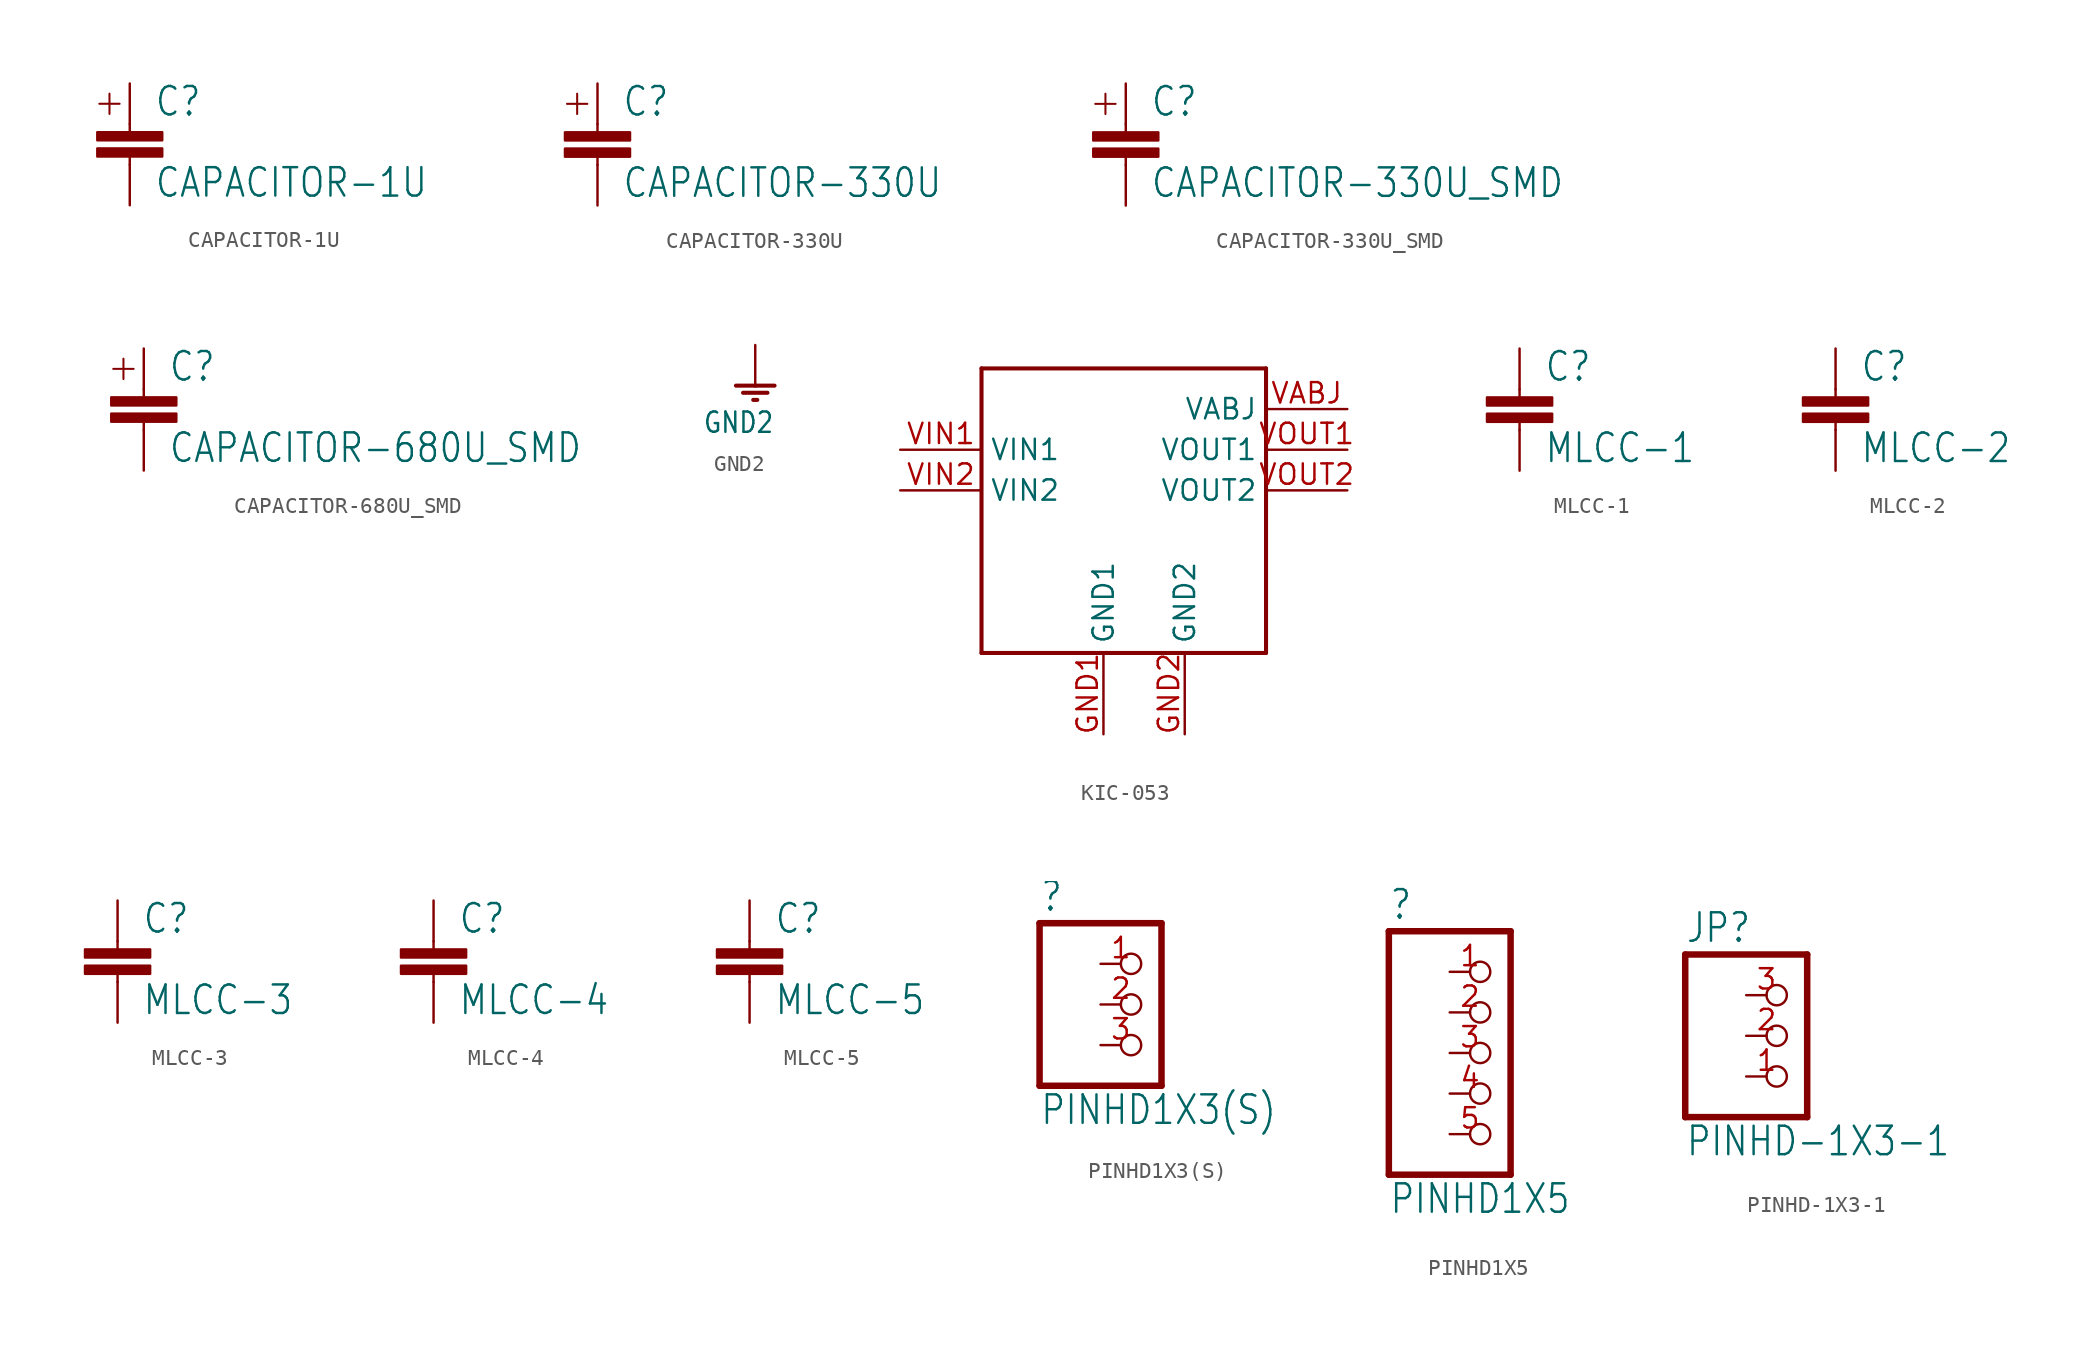
<source format=kicad_sym>
(kicad_symbol_lib
  (version 20211014)
  (generator kicad_symbol_editor)
  (symbol "CAPACITOR-1U"
    (property "Reference" "C"
      (at 1.524 2.921 0)
      (effects (font (size 1.778 1.511)) (justify left bottom)))
    (property "Value" "CAPACITOR-1U"
      (at 1.524 -2.159 0)
      (effects (font (size 1.778 1.511)) (justify left bottom)))
    (property "ki_locked" ""
      (at 0 0 0)
      (effects (font (size 1.27 1.27))))
    (symbol "CAPACITOR-1U_1_0"
      (rectangle (start -2.032 0.508) (end 2.032 1.016) (stroke (width 0) (type default) (color 0 0 0 0)) (fill (type outline)))
      (rectangle (start -2.032 1.524) (end 2.032 2.032) (stroke (width 0) (type default) (color 0 0 0 0)) (fill (type outline)))
      (polyline (pts (xy -1.905 3.81) (xy -0.635 3.81)) (stroke (width 0.127) (type default) (color 0 0 0 0)) (fill (type none)))
      (polyline (pts (xy -1.27 4.445) (xy -1.27 3.175)) (stroke (width 0.127) (type default) (color 0 0 0 0)) (fill (type none)))
      (polyline (pts (xy 0 0) (xy 0 0.508)) (stroke (width 0.152) (type default) (color 0 0 0 0)) (fill (type none)))
      (polyline (pts (xy 0 2.54) (xy 0 2.032)) (stroke (width 0.152) (type default) (color 0 0 0 0)) (fill (type none)))
      (pin passive line (at 0 5.08 270) (length 2.54) (name "1" (effects (font (size 0 0)))) (number "P$1" (effects (font (size 0 0)))))
      (pin passive line (at 0 -2.54 90) (length 2.54) (name "2" (effects (font (size 0 0)))) (number "P$2" (effects (font (size 0 0)))))))
  (symbol "CAPACITOR-330U"
    (property "Reference" "C"
      (at 1.524 2.921 0)
      (effects (font (size 1.778 1.511)) (justify left bottom)))
    (property "Value" "CAPACITOR-330U"
      (at 1.524 -2.159 0)
      (effects (font (size 1.778 1.511)) (justify left bottom)))
    (property "ki_locked" ""
      (at 0 0 0)
      (effects (font (size 1.27 1.27))))
    (symbol "CAPACITOR-330U_1_0"
      (rectangle (start -2.032 0.508) (end 2.032 1.016) (stroke (width 0) (type default) (color 0 0 0 0)) (fill (type outline)))
      (rectangle (start -2.032 1.524) (end 2.032 2.032) (stroke (width 0) (type default) (color 0 0 0 0)) (fill (type outline)))
      (polyline (pts (xy -1.905 3.81) (xy -0.635 3.81)) (stroke (width 0.127) (type default) (color 0 0 0 0)) (fill (type none)))
      (polyline (pts (xy -1.27 4.445) (xy -1.27 3.175)) (stroke (width 0.127) (type default) (color 0 0 0 0)) (fill (type none)))
      (polyline (pts (xy 0 0) (xy 0 0.508)) (stroke (width 0.152) (type default) (color 0 0 0 0)) (fill (type none)))
      (polyline (pts (xy 0 2.54) (xy 0 2.032)) (stroke (width 0.152) (type default) (color 0 0 0 0)) (fill (type none)))
      (pin passive line (at 0 5.08 270) (length 2.54) (name "1" (effects (font (size 0 0)))) (number "P$1" (effects (font (size 0 0)))))
      (pin passive line (at 0 -2.54 90) (length 2.54) (name "2" (effects (font (size 0 0)))) (number "P$2" (effects (font (size 0 0)))))))
  (symbol "CAPACITOR-330U_SMD"
    (property "Reference" "C"
      (at 1.524 2.921 0)
      (effects (font (size 1.778 1.511)) (justify left bottom)))
    (property "Value" "CAPACITOR-330U_SMD"
      (at 1.524 -2.159 0)
      (effects (font (size 1.778 1.511)) (justify left bottom)))
    (property "ki_locked" ""
      (at 0 0 0)
      (effects (font (size 1.27 1.27))))
    (symbol "CAPACITOR-330U_SMD_1_0"
      (rectangle (start -2.032 0.508) (end 2.032 1.016) (stroke (width 0) (type default) (color 0 0 0 0)) (fill (type outline)))
      (rectangle (start -2.032 1.524) (end 2.032 2.032) (stroke (width 0) (type default) (color 0 0 0 0)) (fill (type outline)))
      (polyline (pts (xy -1.905 3.81) (xy -0.635 3.81)) (stroke (width 0.127) (type default) (color 0 0 0 0)) (fill (type none)))
      (polyline (pts (xy -1.27 4.445) (xy -1.27 3.175)) (stroke (width 0.127) (type default) (color 0 0 0 0)) (fill (type none)))
      (polyline (pts (xy 0 0) (xy 0 0.508)) (stroke (width 0.152) (type default) (color 0 0 0 0)) (fill (type none)))
      (polyline (pts (xy 0 2.54) (xy 0 2.032)) (stroke (width 0.152) (type default) (color 0 0 0 0)) (fill (type none)))
      (pin passive line (at 0 -2.54 90) (length 2.54) (name "2" (effects (font (size 0 0)))) (number "MINUS" (effects (font (size 0 0)))))
      (pin passive line (at 0 5.08 270) (length 2.54) (name "1" (effects (font (size 0 0)))) (number "PLUS" (effects (font (size 0 0)))))))
  (symbol "CAPACITOR-680U_SMD"
    (property "Reference" "C"
      (at 1.524 2.921 0)
      (effects (font (size 1.778 1.511)) (justify left bottom)))
    (property "Value" "CAPACITOR-680U_SMD"
      (at 1.524 -2.159 0)
      (effects (font (size 1.778 1.511)) (justify left bottom)))
    (property "ki_locked" ""
      (at 0 0 0)
      (effects (font (size 1.27 1.27))))
    (symbol "CAPACITOR-680U_SMD_1_0"
      (rectangle (start -2.032 0.508) (end 2.032 1.016) (stroke (width 0) (type default) (color 0 0 0 0)) (fill (type outline)))
      (rectangle (start -2.032 1.524) (end 2.032 2.032) (stroke (width 0) (type default) (color 0 0 0 0)) (fill (type outline)))
      (polyline (pts (xy -1.905 3.81) (xy -0.635 3.81)) (stroke (width 0.127) (type default) (color 0 0 0 0)) (fill (type none)))
      (polyline (pts (xy -1.27 4.445) (xy -1.27 3.175)) (stroke (width 0.127) (type default) (color 0 0 0 0)) (fill (type none)))
      (polyline (pts (xy 0 0) (xy 0 0.508)) (stroke (width 0.152) (type default) (color 0 0 0 0)) (fill (type none)))
      (polyline (pts (xy 0 2.54) (xy 0 2.032)) (stroke (width 0.152) (type default) (color 0 0 0 0)) (fill (type none)))
      (pin passive line (at 0 -2.54 90) (length 2.54) (name "2" (effects (font (size 0 0)))) (number "MINUS" (effects (font (size 0 0)))))
      (pin passive line (at 0 5.08 270) (length 2.54) (name "1" (effects (font (size 0 0)))) (number "PLUS" (effects (font (size 0 0)))))))
  (symbol "GND2"
    (power)
    (property "Reference" ""
      (at 0 0 0)
      (effects (font (size 1.27 1.27)) hide))
    (property "Value" "GND2"
      (at -3.302 -3.048 0)
      (effects (font (size 1.27 1.079)) (justify left bottom)))
    (property "ki_locked" ""
      (at 0 0 0)
      (effects (font (size 1.27 1.27))))
    (symbol "GND2_1_0"
      (polyline (pts (xy -1.206 0) (xy 0 0)) (stroke (width 0.254) (type default) (color 0 0 0 0)) (fill (type none)))
      (polyline (pts (xy -0.762 -0.445) (xy 0.762 -0.445)) (stroke (width 0.254) (type default) (color 0 0 0 0)) (fill (type none)))
      (polyline (pts (xy -0.127 -0.889) (xy 0.127 -0.889)) (stroke (width 0.254) (type default) (color 0 0 0 0)) (fill (type none)))
      (polyline (pts (xy 0 0) (xy 1.206 0)) (stroke (width 0.254) (type default) (color 0 0 0 0)) (fill (type none)))
      (pin power_in line (at 0 2.54 270) (length 2.54) (name "GND12" (effects (font (size 0 0)))) (number "1" (effects (font (size 0 0)))))))
  (symbol "KIC-053"
    (property "Reference" "KIC-053"
      (at 0 0 0)
      (effects (font (size 1.27 1.27)) hide))
    (property "ki_locked" ""
      (at 0 0 0)
      (effects (font (size 1.27 1.27))))
    (symbol "KIC-053_1_0"
      (polyline (pts (xy -10.16 -10.16) (xy -10.16 7.62)) (stroke (width 0.254) (type default) (color 0 0 0 0)) (fill (type none)))
      (polyline (pts (xy -10.16 7.62) (xy 7.62 7.62)) (stroke (width 0.254) (type default) (color 0 0 0 0)) (fill (type none)))
      (polyline (pts (xy 7.62 -10.16) (xy -10.16 -10.16)) (stroke (width 0.254) (type default) (color 0 0 0 0)) (fill (type none)))
      (polyline (pts (xy 7.62 7.62) (xy 7.62 -10.16)) (stroke (width 0.254) (type default) (color 0 0 0 0)) (fill (type none)))
      (pin bidirectional line (at -2.54 -15.24 90) (length 5.08) (name "GND1" (effects (font (size 1.27 1.27)))) (number "GND1" (effects (font (size 1.27 1.27)))))
      (pin bidirectional line (at 2.54 -15.24 90) (length 5.08) (name "GND2" (effects (font (size 1.27 1.27)))) (number "GND2" (effects (font (size 1.27 1.27)))))
      (pin bidirectional line (at 12.7 5.08 180) (length 5.08) (name "VABJ" (effects (font (size 1.27 1.27)))) (number "VABJ" (effects (font (size 1.27 1.27)))))
      (pin bidirectional line (at -15.24 2.54 0) (length 5.08) (name "VIN1" (effects (font (size 1.27 1.27)))) (number "VIN1" (effects (font (size 1.27 1.27)))))
      (pin bidirectional line (at -15.24 0 0) (length 5.08) (name "VIN2" (effects (font (size 1.27 1.27)))) (number "VIN2" (effects (font (size 1.27 1.27)))))
      (pin bidirectional line (at 12.7 2.54 180) (length 5.08) (name "VOUT1" (effects (font (size 1.27 1.27)))) (number "VOUT1" (effects (font (size 1.27 1.27)))))
      (pin bidirectional line (at 12.7 0 180) (length 5.08) (name "VOUT2" (effects (font (size 1.27 1.27)))) (number "VOUT2" (effects (font (size 1.27 1.27)))))))
  (symbol "MLCC-1"
    (property "Reference" "C"
      (at 1.524 0.381 0)
      (effects (font (size 1.778 1.511)) (justify left bottom)))
    (property "Value" "MLCC-1"
      (at 1.524 -4.699 0)
      (effects (font (size 1.778 1.511)) (justify left bottom)))
    (property "ki_locked" ""
      (at 0 0 0)
      (effects (font (size 1.27 1.27))))
    (symbol "MLCC-1_1_0"
      (rectangle (start -2.032 -2.032) (end 2.032 -1.524) (stroke (width 0) (type default) (color 0 0 0 0)) (fill (type outline)))
      (rectangle (start -2.032 -1.016) (end 2.032 -0.508) (stroke (width 0) (type default) (color 0 0 0 0)) (fill (type outline)))
      (polyline (pts (xy 0 -2.54) (xy 0 -2.032)) (stroke (width 0.152) (type default) (color 0 0 0 0)) (fill (type none)))
      (polyline (pts (xy 0 0) (xy 0 -0.508)) (stroke (width 0.152) (type default) (color 0 0 0 0)) (fill (type none)))
      (pin passive line (at 0 2.54 270) (length 2.54) (name "1" (effects (font (size 0 0)))) (number "P$1" (effects (font (size 0 0)))))
      (pin passive line (at 0 -5.08 90) (length 2.54) (name "2" (effects (font (size 0 0)))) (number "P$2" (effects (font (size 0 0)))))))
  (symbol "MLCC-2"
    (property "Reference" "C"
      (at 1.524 0.381 0)
      (effects (font (size 1.778 1.511)) (justify left bottom)))
    (property "Value" "MLCC-2"
      (at 1.524 -4.699 0)
      (effects (font (size 1.778 1.511)) (justify left bottom)))
    (property "ki_locked" ""
      (at 0 0 0)
      (effects (font (size 1.27 1.27))))
    (symbol "MLCC-2_1_0"
      (rectangle (start -2.032 -2.032) (end 2.032 -1.524) (stroke (width 0) (type default) (color 0 0 0 0)) (fill (type outline)))
      (rectangle (start -2.032 -1.016) (end 2.032 -0.508) (stroke (width 0) (type default) (color 0 0 0 0)) (fill (type outline)))
      (polyline (pts (xy 0 -2.54) (xy 0 -2.032)) (stroke (width 0.152) (type default) (color 0 0 0 0)) (fill (type none)))
      (polyline (pts (xy 0 0) (xy 0 -0.508)) (stroke (width 0.152) (type default) (color 0 0 0 0)) (fill (type none)))
      (pin passive line (at 0 2.54 270) (length 2.54) (name "1" (effects (font (size 0 0)))) (number "P$1" (effects (font (size 0 0)))))
      (pin passive line (at 0 -5.08 90) (length 2.54) (name "2" (effects (font (size 0 0)))) (number "P$2" (effects (font (size 0 0)))))))
  (symbol "MLCC-3"
    (property "Reference" "C"
      (at 1.524 0.381 0)
      (effects (font (size 1.778 1.511)) (justify left bottom)))
    (property "Value" "MLCC-3"
      (at 1.524 -4.699 0)
      (effects (font (size 1.778 1.511)) (justify left bottom)))
    (property "ki_locked" ""
      (at 0 0 0)
      (effects (font (size 1.27 1.27))))
    (symbol "MLCC-3_1_0"
      (rectangle (start -2.032 -2.032) (end 2.032 -1.524) (stroke (width 0) (type default) (color 0 0 0 0)) (fill (type outline)))
      (rectangle (start -2.032 -1.016) (end 2.032 -0.508) (stroke (width 0) (type default) (color 0 0 0 0)) (fill (type outline)))
      (polyline (pts (xy 0 -2.54) (xy 0 -2.032)) (stroke (width 0.152) (type default) (color 0 0 0 0)) (fill (type none)))
      (polyline (pts (xy 0 0) (xy 0 -0.508)) (stroke (width 0.152) (type default) (color 0 0 0 0)) (fill (type none)))
      (pin passive line (at 0 2.54 270) (length 2.54) (name "1" (effects (font (size 0 0)))) (number "1" (effects (font (size 0 0)))))
      (pin passive line (at 0 -5.08 90) (length 2.54) (name "2" (effects (font (size 0 0)))) (number "2" (effects (font (size 0 0)))))))
  (symbol "MLCC-4"
    (property "Reference" "C"
      (at 1.524 0.381 0)
      (effects (font (size 1.778 1.511)) (justify left bottom)))
    (property "Value" "MLCC-4"
      (at 1.524 -4.699 0)
      (effects (font (size 1.778 1.511)) (justify left bottom)))
    (property "ki_locked" ""
      (at 0 0 0)
      (effects (font (size 1.27 1.27))))
    (symbol "MLCC-4_1_0"
      (rectangle (start -2.032 -2.032) (end 2.032 -1.524) (stroke (width 0) (type default) (color 0 0 0 0)) (fill (type outline)))
      (rectangle (start -2.032 -1.016) (end 2.032 -0.508) (stroke (width 0) (type default) (color 0 0 0 0)) (fill (type outline)))
      (polyline (pts (xy 0 -2.54) (xy 0 -2.032)) (stroke (width 0.152) (type default) (color 0 0 0 0)) (fill (type none)))
      (polyline (pts (xy 0 0) (xy 0 -0.508)) (stroke (width 0.152) (type default) (color 0 0 0 0)) (fill (type none)))
      (pin passive line (at 0 2.54 270) (length 2.54) (name "1" (effects (font (size 0 0)))) (number "1" (effects (font (size 0 0)))))
      (pin passive line (at 0 -5.08 90) (length 2.54) (name "2" (effects (font (size 0 0)))) (number "2" (effects (font (size 0 0)))))))
  (symbol "MLCC-5"
    (property "Reference" "C"
      (at 1.524 0.381 0)
      (effects (font (size 1.778 1.511)) (justify left bottom)))
    (property "Value" "MLCC-5"
      (at 1.524 -4.699 0)
      (effects (font (size 1.778 1.511)) (justify left bottom)))
    (property "ki_locked" ""
      (at 0 0 0)
      (effects (font (size 1.27 1.27))))
    (symbol "MLCC-5_1_0"
      (rectangle (start -2.032 -2.032) (end 2.032 -1.524) (stroke (width 0) (type default) (color 0 0 0 0)) (fill (type outline)))
      (rectangle (start -2.032 -1.016) (end 2.032 -0.508) (stroke (width 0) (type default) (color 0 0 0 0)) (fill (type outline)))
      (polyline (pts (xy 0 -2.54) (xy 0 -2.032)) (stroke (width 0.152) (type default) (color 0 0 0 0)) (fill (type none)))
      (polyline (pts (xy 0 0) (xy 0 -0.508)) (stroke (width 0.152) (type default) (color 0 0 0 0)) (fill (type none)))
      (pin passive line (at 0 2.54 270) (length 2.54) (name "1" (effects (font (size 0 0)))) (number "1" (effects (font (size 0 0)))))
      (pin passive line (at 0 -5.08 90) (length 2.54) (name "2" (effects (font (size 0 0)))) (number "2" (effects (font (size 0 0)))))))
  (symbol "PINHD1X3(S)"
    (property "Reference" ""
      (at -6.35 5.715 0)
      (effects (font (size 1.778 1.511)) (justify left bottom)))
    (property "Value" "PINHD1X3(S)"
      (at -6.35 -7.62 0)
      (effects (font (size 1.778 1.511)) (justify left bottom)))
    (property "ki_locked" ""
      (at 0 0 0)
      (effects (font (size 1.27 1.27))))
    (symbol "PINHD1X3(S)_1_0"
      (polyline (pts (xy -6.35 -5.08) (xy 1.27 -5.08)) (stroke (width 0.406) (type default) (color 0 0 0 0)) (fill (type none)))
      (polyline (pts (xy -6.35 5.08) (xy -6.35 -5.08)) (stroke (width 0.406) (type default) (color 0 0 0 0)) (fill (type none)))
      (polyline (pts (xy 1.27 -5.08) (xy 1.27 5.08)) (stroke (width 0.406) (type default) (color 0 0 0 0)) (fill (type none)))
      (polyline (pts (xy 1.27 5.08) (xy -6.35 5.08)) (stroke (width 0.406) (type default) (color 0 0 0 0)) (fill (type none)))
      (pin passive inverted (at -2.54 2.54 0) (length 2.54) (name "1" (effects (font (size 0 0)))) (number "1" (effects (font (size 1.27 1.27)))))
      (pin passive inverted (at -2.54 0 0) (length 2.54) (name "2" (effects (font (size 0 0)))) (number "2" (effects (font (size 1.27 1.27)))))
      (pin passive inverted (at -2.54 -2.54 0) (length 2.54) (name "3" (effects (font (size 0 0)))) (number "3" (effects (font (size 1.27 1.27)))))))
  (symbol "PINHD1X5"
    (property "Reference" ""
      (at -6.35 8.255 0)
      (effects (font (size 1.778 1.511)) (justify left bottom)))
    (property "Value" "PINHD1X5"
      (at -6.35 -10.16 0)
      (effects (font (size 1.778 1.511)) (justify left bottom)))
    (property "ki_locked" ""
      (at 0 0 0)
      (effects (font (size 1.27 1.27))))
    (symbol "PINHD1X5_1_0"
      (polyline (pts (xy -6.35 -7.62) (xy 1.27 -7.62)) (stroke (width 0.406) (type default) (color 0 0 0 0)) (fill (type none)))
      (polyline (pts (xy -6.35 7.62) (xy -6.35 -7.62)) (stroke (width 0.406) (type default) (color 0 0 0 0)) (fill (type none)))
      (polyline (pts (xy 1.27 -7.62) (xy 1.27 7.62)) (stroke (width 0.406) (type default) (color 0 0 0 0)) (fill (type none)))
      (polyline (pts (xy 1.27 7.62) (xy -6.35 7.62)) (stroke (width 0.406) (type default) (color 0 0 0 0)) (fill (type none)))
      (pin passive inverted (at -2.54 5.08 0) (length 2.54) (name "1" (effects (font (size 0 0)))) (number "1" (effects (font (size 1.27 1.27)))))
      (pin passive inverted (at -2.54 2.54 0) (length 2.54) (name "2" (effects (font (size 0 0)))) (number "2" (effects (font (size 1.27 1.27)))))
      (pin passive inverted (at -2.54 0 0) (length 2.54) (name "3" (effects (font (size 0 0)))) (number "3" (effects (font (size 1.27 1.27)))))
      (pin passive inverted (at -2.54 -2.54 0) (length 2.54) (name "4" (effects (font (size 0 0)))) (number "4" (effects (font (size 1.27 1.27)))))
      (pin passive inverted (at -2.54 -5.08 0) (length 2.54) (name "5" (effects (font (size 0 0)))) (number "5" (effects (font (size 1.27 1.27)))))))
  (symbol "PINHD-1X3-1"
    (property "Reference" "JP"
      (at -6.35 5.715 0)
      (effects (font (size 1.778 1.511)) (justify left bottom)))
    (property "Value" "PINHD-1X3-1"
      (at -6.35 -7.62 0)
      (effects (font (size 1.778 1.511)) (justify left bottom)))
    (property "ki_locked" ""
      (at 0 0 0)
      (effects (font (size 1.27 1.27))))
    (symbol "PINHD-1X3-1_1_0"
      (polyline (pts (xy -6.35 -5.08) (xy 1.27 -5.08)) (stroke (width 0.406) (type default) (color 0 0 0 0)) (fill (type none)))
      (polyline (pts (xy -6.35 5.08) (xy -6.35 -5.08)) (stroke (width 0.406) (type default) (color 0 0 0 0)) (fill (type none)))
      (polyline (pts (xy 1.27 -5.08) (xy 1.27 5.08)) (stroke (width 0.406) (type default) (color 0 0 0 0)) (fill (type none)))
      (polyline (pts (xy 1.27 5.08) (xy -6.35 5.08)) (stroke (width 0.406) (type default) (color 0 0 0 0)) (fill (type none)))
      (pin passive inverted (at -2.54 -2.54 0) (length 2.54) (name "3" (effects (font (size 0 0)))) (number "1" (effects (font (size 1.27 1.27)))))
      (pin passive inverted (at -2.54 0 0) (length 2.54) (name "2" (effects (font (size 0 0)))) (number "2" (effects (font (size 1.27 1.27)))))
      (pin passive inverted (at -2.54 2.54 0) (length 2.54) (name "1" (effects (font (size 0 0)))) (number "3" (effects (font (size 1.27 1.27))))))))
</source>
